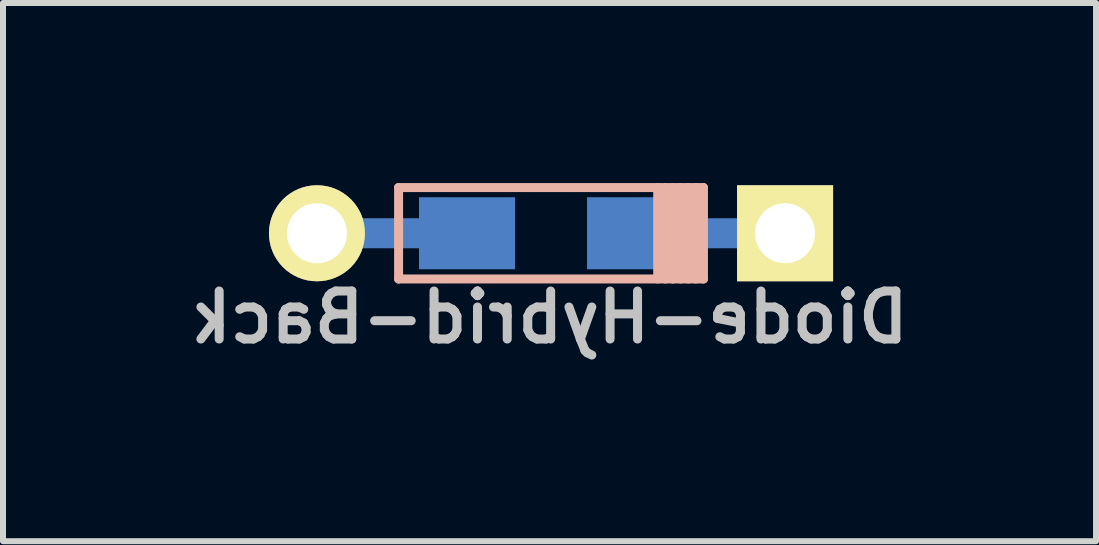
<source format=kicad_pcb>
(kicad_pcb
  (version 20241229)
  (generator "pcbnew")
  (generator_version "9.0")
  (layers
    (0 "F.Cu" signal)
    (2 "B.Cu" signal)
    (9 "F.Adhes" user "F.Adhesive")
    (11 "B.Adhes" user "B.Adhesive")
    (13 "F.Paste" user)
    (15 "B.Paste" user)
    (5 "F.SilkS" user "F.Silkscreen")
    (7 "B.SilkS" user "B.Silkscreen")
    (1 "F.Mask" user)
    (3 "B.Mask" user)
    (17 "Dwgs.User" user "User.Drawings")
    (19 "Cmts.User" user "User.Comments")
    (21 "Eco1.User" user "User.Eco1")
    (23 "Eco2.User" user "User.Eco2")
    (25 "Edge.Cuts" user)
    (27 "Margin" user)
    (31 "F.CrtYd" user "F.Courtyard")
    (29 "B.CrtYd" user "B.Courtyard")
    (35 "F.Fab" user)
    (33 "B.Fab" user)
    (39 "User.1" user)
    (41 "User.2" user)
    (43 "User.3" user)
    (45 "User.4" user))
  (footprint "Diode-Hybrid-Back"
    (layer "F.Cu")
    (at 6.132 0.837)
    (property "Reference" "Diode-Hybrid-Back" (at -0.025 1.4 0) (layer "Dwgs.User") (effects (font (size 0.8 0.8) (thickness 0.15)) (justify mirror)))
    (attr smd)
    (fp_line (start -2.54 -0.762) (end -2.54 0.762) (stroke (width 0.15) (type solid)) (layer "B.SilkS"))
    (fp_line (start -2.54 0.762) (end 2.54 0.762) (stroke (width 0.15) (type solid)) (layer "B.SilkS"))
    (fp_line (start 1.778 0.762) (end 1.778 -0.762) (stroke (width 0.15) (type solid)) (layer "B.SilkS"))
    (fp_line (start 1.905 0.762) (end 1.905 -0.762) (stroke (width 0.15) (type solid)) (layer "B.SilkS"))
    (fp_line (start 2.032 -0.762) (end 2.032 0.762) (stroke (width 0.15) (type solid)) (layer "B.SilkS"))
    (fp_line (start 2.159 0.762) (end 2.159 -0.762) (stroke (width 0.15) (type solid)) (layer "B.SilkS"))
    (fp_line (start 2.286 -0.762) (end 2.286 0.762) (stroke (width 0.15) (type solid)) (layer "B.SilkS"))
    (fp_line (start 2.413 0.762) (end 2.413 -0.762) (stroke (width 0.15) (type solid)) (layer "B.SilkS"))
    (fp_line (start 2.54 -0.762) (end -2.54 -0.762) (stroke (width 0.15) (type solid)) (layer "B.SilkS"))
    (fp_line (start 2.54 0.762) (end 2.54 -0.762) (stroke (width 0.15) (type solid)) (layer "B.SilkS"))
    (pad "1" smd rect (at 1.4 0) (size 1.6 1.2) (layers "B.Cu" "B.Mask" "B.Paste"))
    (pad "1" smd rect (at 2.5 0) (size 2.9 0.5) (layers "B.Cu"))
    (pad "1" thru_hole rect (at 3.9 0) (size 1.6 1.6) (drill 1) (layers "*.Cu" "*.Mask" "F.SilkS"))
    (pad "2" thru_hole circle (at -3.9 0) (size 1.6 1.6) (drill 1) (layers "*.Cu" "*.Mask" "F.SilkS"))
    (pad "2" smd rect (at -2.5 0) (size 2.9 0.5) (layers "B.Cu"))
    (pad "2" smd rect (at -1.4 0) (size 1.6 1.2) (layers "B.Cu" "B.Mask" "B.Paste")))
  (gr_rect
    (start -3 -3)
    (end 15.214 5.968)
    (stroke (width 0.1) (type default))
    (fill no)
    (layer "Edge.Cuts")))
</source>
